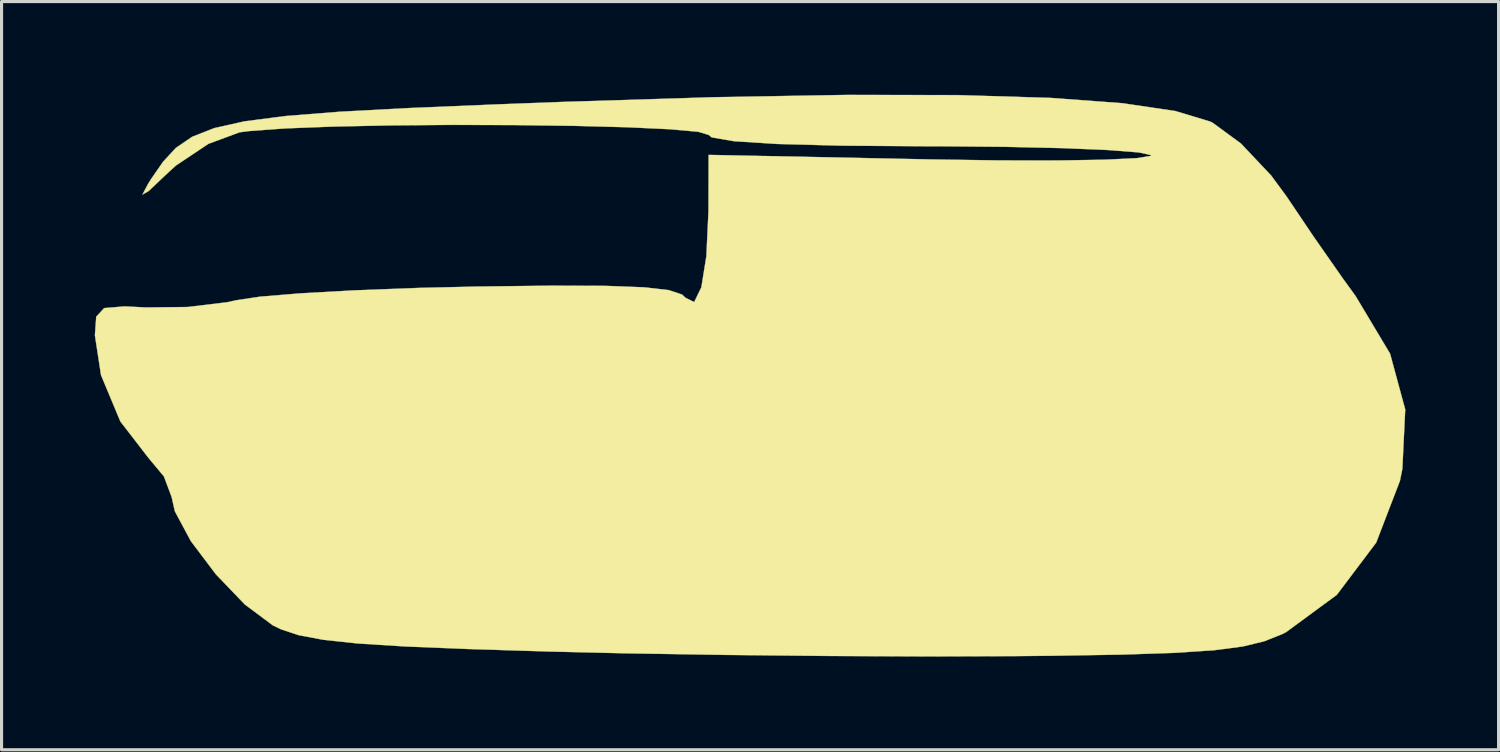
<source format=kicad_pcb>
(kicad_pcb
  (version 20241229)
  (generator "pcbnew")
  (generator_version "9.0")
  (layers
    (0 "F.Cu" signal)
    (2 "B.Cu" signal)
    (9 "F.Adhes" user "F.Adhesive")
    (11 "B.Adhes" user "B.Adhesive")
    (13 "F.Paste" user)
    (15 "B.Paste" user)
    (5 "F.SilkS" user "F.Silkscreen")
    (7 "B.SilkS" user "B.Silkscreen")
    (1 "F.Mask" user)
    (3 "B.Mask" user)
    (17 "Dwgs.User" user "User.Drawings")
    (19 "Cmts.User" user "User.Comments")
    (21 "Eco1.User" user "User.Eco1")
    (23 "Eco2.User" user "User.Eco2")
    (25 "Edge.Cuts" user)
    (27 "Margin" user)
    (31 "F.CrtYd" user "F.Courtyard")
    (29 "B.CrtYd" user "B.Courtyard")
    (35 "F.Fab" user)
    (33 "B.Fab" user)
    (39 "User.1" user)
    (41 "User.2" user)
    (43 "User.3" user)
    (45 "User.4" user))
  (footprint "pill"
    (layer "F.Cu")
    (at 20.819 7.302)
    (property "Reference" "pill" (at 0 0 0) (layer "F.SilkS") (effects (font (size 1.524 1.524) (thickness 0.3))))
    (attr through_hole)
    (fp_poly (pts (xy 6.992 -7.29) (xy 9.94 -7.201) (xy 12.259 -7.03) (xy 13.968 -6.777) (xy 15.083 -6.44) (xy 15.169 -6.399) (xy 16.08 -5.729) (xy 17.048 -4.704) (xy 17.543 -4.032) (xy 18.414 -2.738) (xy 19.347 -1.402) (xy 19.769 -0.82) (xy 20.878 1.034) (xy 21.365 2.829) (xy 21.273 4.741) (xy 21.195 5.126) (xy 20.431 7.114) (xy 19.162 8.797) (xy 17.523 10.001) (xy 17.387 10.068) (xy 16.828 10.29) (xy 16.14 10.457) (xy 15.217 10.579) (xy 13.952 10.663) (xy 12.24 10.72) (xy 9.973 10.757) (xy 8.819 10.768) (xy 6.055 10.778) (xy 2.86 10.764) (xy -0.489 10.73) (xy -3.718 10.678) (xy -6.174 10.621) (xy -8.81 10.54) (xy -10.839 10.457) (xy -12.357 10.361) (xy -13.461 10.243) (xy -14.251 10.095) (xy -14.822 9.906) (xy -15.088 9.777) (xy -15.988 9.106) (xy -16.92 8.134) (xy -17.725 7.067) (xy -18.24 6.107) (xy -18.344 5.646) (xy -18.592 4.984) (xy -19.099 4.376) (xy -19.994 3.216) (xy -20.617 1.724) (xy -20.814 0.441) (xy -20.771 -0.158) (xy -20.516 -0.434) (xy -19.862 -0.489) (xy -19.165 -0.455) (xy -17.835 -0.469) (xy -16.553 -0.623) (xy -16.254 -0.689) (xy -15.497 -0.802) (xy -14.175 -0.911) (xy -12.43 -1.007) (xy -10.402 -1.084) (xy -8.542 -1.127) (xy -6.147 -1.156) (xy -4.372 -1.15) (xy -3.131 -1.103) (xy -2.34 -1.012) (xy -1.914 -0.871) (xy -1.8 -0.764) (xy -1.523 -0.628) (xy -1.292 -1.105) (xy -1.131 -2.105) (xy -1.064 -3.535) (xy -1.063 -3.653) (xy -1.058 -5.366) (xy 6.153 -5.219) (xy 8.309 -5.188) (xy 10.19 -5.186) (xy 11.695 -5.211) (xy 12.725 -5.261) (xy 13.178 -5.335) (xy 13.188 -5.358) (xy 12.797 -5.445) (xy 11.81 -5.522) (xy 10.336 -5.584) (xy 8.484 -5.626) (xy 6.365 -5.644) (xy 5.976 -5.644) (xy 3.242 -5.663) (xy 1.166 -5.717) (xy -0.238 -5.806) (xy -0.959 -5.93) (xy -1.058 -6.01) (xy -1.391 -6.11) (xy -2.305 -6.192) (xy -3.679 -6.256) (xy -5.389 -6.301) (xy -7.312 -6.326) (xy -9.326 -6.332) (xy -11.307 -6.316) (xy -13.132 -6.278) (xy -14.678 -6.219) (xy -15.823 -6.136) (xy -16.155 -6.094) (xy -17.159 -5.723) (xy -18.206 -5.024) (xy -18.444 -4.808) (xy -19.083 -4.204) (xy -19.284 -4.088) (xy -19.097 -4.442) (xy -19.006 -4.586) (xy -18.623 -5.141) (xy -18.209 -5.59) (xy -17.686 -5.947) (xy -16.975 -6.227) (xy -15.998 -6.446) (xy -14.678 -6.617) (xy -12.935 -6.755) (xy -10.691 -6.875) (xy -7.869 -6.992) (xy -5.806 -7.07) (xy -0.863 -7.224) (xy 3.397 -7.297) (xy 6.992 -7.29)) (stroke (width 0.01) (type solid)) (fill yes) (layer "F.SilkS")))
  (gr_rect
    (start -3 -3)
    (end 45.189 21.085)
    (stroke (width 0.1) (type default))
    (fill no)
    (layer "Edge.Cuts")))
</source>
